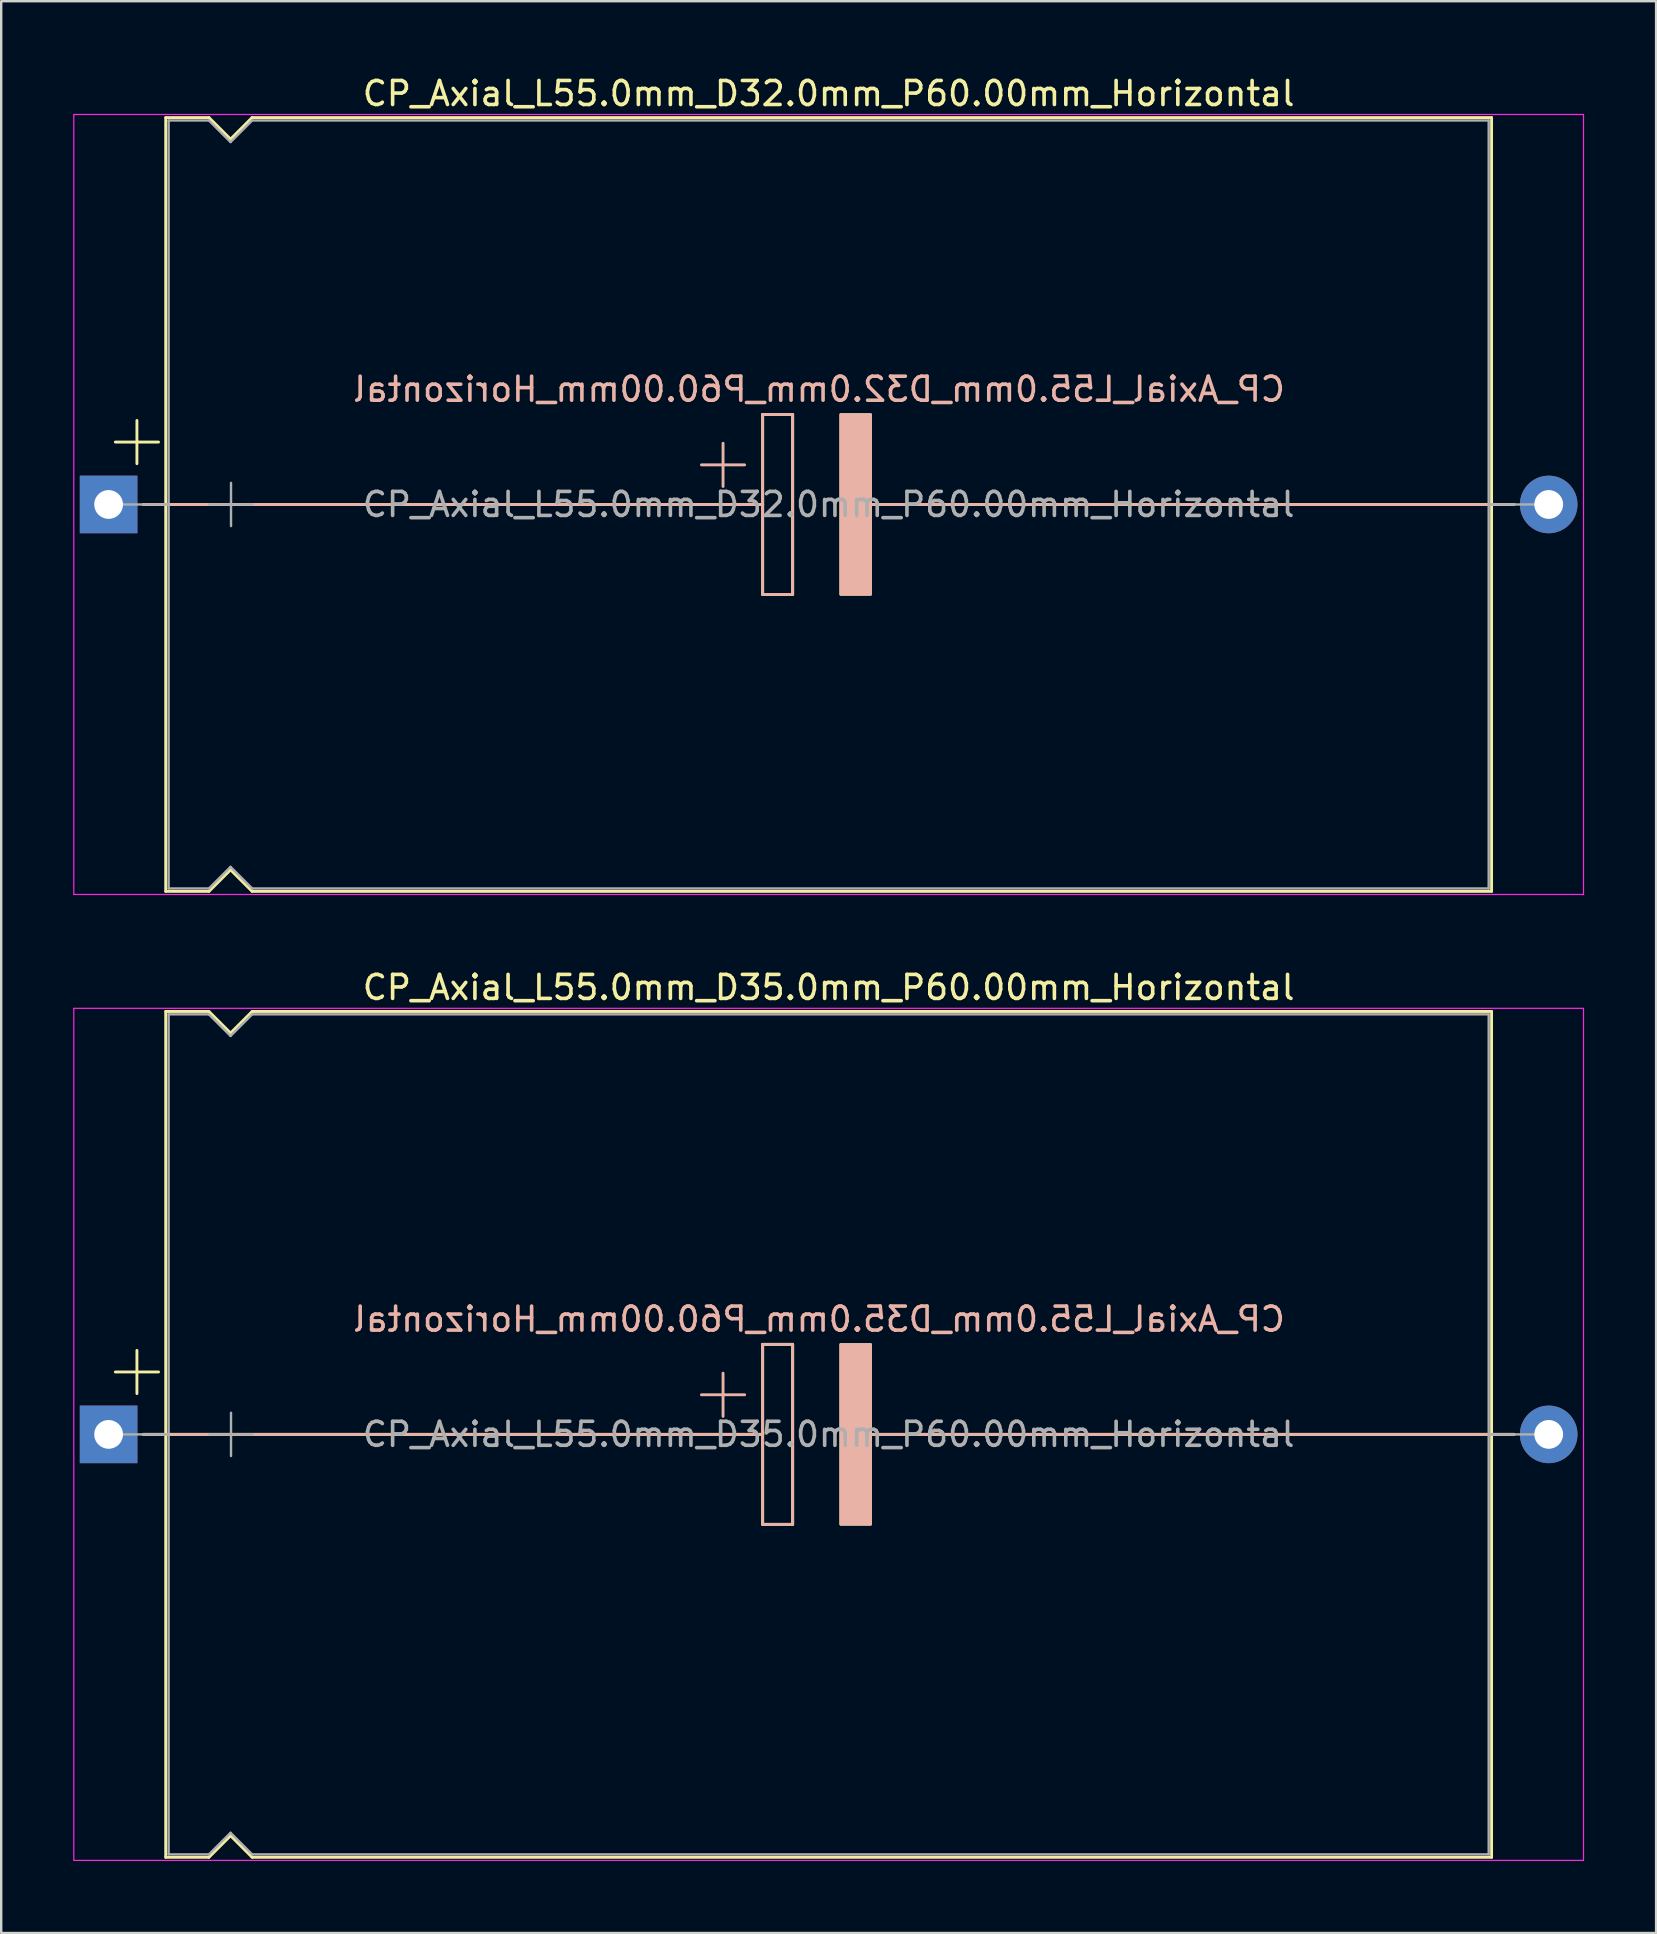
<source format=kicad_pcb>
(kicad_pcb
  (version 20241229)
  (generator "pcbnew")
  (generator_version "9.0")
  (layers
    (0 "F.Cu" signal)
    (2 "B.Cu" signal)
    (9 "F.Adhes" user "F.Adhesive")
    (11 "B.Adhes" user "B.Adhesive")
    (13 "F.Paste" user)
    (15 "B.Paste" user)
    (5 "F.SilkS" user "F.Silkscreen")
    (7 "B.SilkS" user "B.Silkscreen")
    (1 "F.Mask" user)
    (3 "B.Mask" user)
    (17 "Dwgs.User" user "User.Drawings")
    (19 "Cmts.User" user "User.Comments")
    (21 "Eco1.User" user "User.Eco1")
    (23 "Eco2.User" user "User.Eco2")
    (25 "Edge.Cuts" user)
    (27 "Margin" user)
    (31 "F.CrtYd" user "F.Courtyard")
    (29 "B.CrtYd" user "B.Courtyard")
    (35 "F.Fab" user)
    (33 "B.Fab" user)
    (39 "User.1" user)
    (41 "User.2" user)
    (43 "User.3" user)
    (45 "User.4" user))
  (footprint "CP_Axial_L55.0mm_D32.0mm_P60.00mm_Horizontal"
    (layer "F.Cu")
    (at 1.475 17.968)
    (property "Reference" "CP_Axial_L55.0mm_D32.0mm_P60.00mm_Horizontal" (at 30 -17.12 0) (layer "F.SilkS") (effects (font (size 1 1) (thickness 0.15))))
    (fp_line (start 0.28 -2.6) (end 2.08 -2.6) (stroke (width 0.12) (type solid)) (layer "F.SilkS"))
    (fp_line (start 1.18 -3.5) (end 1.18 -1.7) (stroke (width 0.12) (type solid)) (layer "F.SilkS"))
    (fp_line (start 1.44 0) (end 2.38 0) (stroke (width 0.12) (type solid)) (layer "F.SilkS"))
    (fp_line (start 2.38 -16.12) (end 2.38 16.12) (stroke (width 0.12) (type solid)) (layer "F.SilkS"))
    (fp_line (start 2.38 -16.12) (end 4.18 -16.12) (stroke (width 0.12) (type solid)) (layer "F.SilkS"))
    (fp_line (start 2.38 0) (end 27.25 0) (stroke (width 0.12) (type solid)) (layer "F.SilkS"))
    (fp_line (start 2.38 16.12) (end 4.18 16.12) (stroke (width 0.12) (type solid)) (layer "F.SilkS"))
    (fp_line (start 4.18 -16.12) (end 5.08 -15.22) (stroke (width 0.12) (type solid)) (layer "F.SilkS"))
    (fp_line (start 4.18 16.12) (end 5.08 15.22) (stroke (width 0.12) (type solid)) (layer "F.SilkS"))
    (fp_line (start 5.08 -15.22) (end 5.98 -16.12) (stroke (width 0.12) (type solid)) (layer "F.SilkS"))
    (fp_line (start 5.08 15.22) (end 5.98 16.12) (stroke (width 0.12) (type solid)) (layer "F.SilkS"))
    (fp_line (start 5.98 -16.12) (end 57.62 -16.12) (stroke (width 0.12) (type solid)) (layer "F.SilkS"))
    (fp_line (start 5.98 16.12) (end 57.62 16.12) (stroke (width 0.12) (type solid)) (layer "F.SilkS"))
    (fp_line (start 27.25 -3.75) (end 28.5 -3.75) (stroke (width 0.12) (type solid)) (layer "F.SilkS"))
    (fp_line (start 27.25 0) (end 27.25 -3.75) (stroke (width 0.12) (type solid)) (layer "F.SilkS"))
    (fp_line (start 27.25 3.75) (end 27.25 0) (stroke (width 0.12) (type solid)) (layer "F.SilkS"))
    (fp_line (start 28.5 -3.75) (end 28.5 3.75) (stroke (width 0.12) (type solid)) (layer "F.SilkS"))
    (fp_line (start 28.5 3.75) (end 27.25 3.75) (stroke (width 0.12) (type solid)) (layer "F.SilkS"))
    (fp_line (start 31.75 0) (end 57.62 0) (stroke (width 0.12) (type solid)) (layer "F.SilkS"))
    (fp_line (start 57.62 -16.12) (end 57.62 16.12) (stroke (width 0.12) (type solid)) (layer "F.SilkS"))
    (fp_line (start 58.56 0) (end 57.62 0) (stroke (width 0.12) (type solid)) (layer "F.SilkS"))
    (fp_poly (pts (xy 31.75 3.75) (xy 30.5 3.75) (xy 30.5 -3.75) (xy 31.75 -3.75)) (stroke (width 0.1) (type solid)) (fill yes) (layer "F.SilkS"))
    (fp_line (start 1.45 0) (end 20.38 0) (stroke (width 0.12) (type solid)) (layer "B.SilkS"))
    (fp_line (start 20.38 0) (end 27.25 0) (stroke (width 0.12) (type solid)) (layer "B.SilkS"))
    (fp_line (start 25.6 -2.55) (end 25.6 -0.75) (stroke (width 0.12) (type solid)) (layer "B.SilkS"))
    (fp_line (start 26.5 -1.65) (end 24.7 -1.65) (stroke (width 0.12) (type solid)) (layer "B.SilkS"))
    (fp_line (start 27.25 -3.75) (end 28.5 -3.75) (stroke (width 0.12) (type solid)) (layer "B.SilkS"))
    (fp_line (start 27.25 0) (end 27.25 -3.75) (stroke (width 0.12) (type solid)) (layer "B.SilkS"))
    (fp_line (start 27.25 3.75) (end 27.25 0) (stroke (width 0.12) (type solid)) (layer "B.SilkS"))
    (fp_line (start 28.5 -3.75) (end 28.5 3.75) (stroke (width 0.12) (type solid)) (layer "B.SilkS"))
    (fp_line (start 28.5 3.75) (end 27.25 3.75) (stroke (width 0.12) (type solid)) (layer "B.SilkS"))
    (fp_line (start 31.75 0) (end 38.62 0) (stroke (width 0.12) (type solid)) (layer "B.SilkS"))
    (fp_line (start 58.55 0) (end 38.62 0) (stroke (width 0.12) (type solid)) (layer "B.SilkS"))
    (fp_poly (pts (xy 31.75 3.75) (xy 30.5 3.75) (xy 30.5 -3.75) (xy 31.75 -3.75)) (stroke (width 0.1) (type solid)) (fill yes) (layer "B.SilkS"))
    (fp_line (start -1.45 -16.25) (end -1.45 16.25) (stroke (width 0.05) (type solid)) (layer "F.CrtYd"))
    (fp_line (start -1.45 16.25) (end 61.45 16.25) (stroke (width 0.05) (type solid)) (layer "F.CrtYd"))
    (fp_line (start 61.45 -16.25) (end -1.45 -16.25) (stroke (width 0.05) (type solid)) (layer "F.CrtYd"))
    (fp_line (start 61.45 16.25) (end 61.45 -16.25) (stroke (width 0.05) (type solid)) (layer "F.CrtYd"))
    (fp_line (start 0 0) (end 2.5 0) (stroke (width 0.1) (type solid)) (layer "F.Fab"))
    (fp_line (start 2.5 -16) (end 2.5 16) (stroke (width 0.1) (type solid)) (layer "F.Fab"))
    (fp_line (start 2.5 -16) (end 4.18 -16) (stroke (width 0.1) (type solid)) (layer "F.Fab"))
    (fp_line (start 2.5 16) (end 4.18 16) (stroke (width 0.1) (type solid)) (layer "F.Fab"))
    (fp_line (start 4.18 -16) (end 5.08 -15.1) (stroke (width 0.1) (type solid)) (layer "F.Fab"))
    (fp_line (start 4.18 16) (end 5.08 15.1) (stroke (width 0.1) (type solid)) (layer "F.Fab"))
    (fp_line (start 4.2 0) (end 6 0) (stroke (width 0.1) (type solid)) (layer "F.Fab"))
    (fp_line (start 5.08 -15.1) (end 5.98 -16) (stroke (width 0.1) (type solid)) (layer "F.Fab"))
    (fp_line (start 5.08 15.1) (end 5.98 16) (stroke (width 0.1) (type solid)) (layer "F.Fab"))
    (fp_line (start 5.1 -0.9) (end 5.1 0.9) (stroke (width 0.1) (type solid)) (layer "F.Fab"))
    (fp_line (start 5.98 -16) (end 57.5 -16) (stroke (width 0.1) (type solid)) (layer "F.Fab"))
    (fp_line (start 5.98 16) (end 57.5 16) (stroke (width 0.1) (type solid)) (layer "F.Fab"))
    (fp_line (start 57.5 -16) (end 57.5 16) (stroke (width 0.1) (type solid)) (layer "F.Fab"))
    (fp_line (start 60 0) (end 57.5 0) (stroke (width 0.1) (type solid)) (layer "F.Fab"))
    (fp_text user "${REFERENCE}" (at 29.6 -4.8 0) (layer "B.SilkS") (effects (font (size 1 1) (thickness 0.15)) (justify mirror)))
    (fp_text user "${REFERENCE}" (at 30 0 0) (layer "F.Fab") (effects (font (size 1 1) (thickness 0.15))))
    (pad "1" thru_hole rect (at 0 0) (size 2.4 2.4) (drill 1.2) (layers "*.Cu" "*.Mask"))
    (pad "2" thru_hole oval (at 60 0) (size 2.4 2.4) (drill 1.2) (layers "*.Cu" "*.Mask")))
  (footprint "CP_Axial_L55.0mm_D35.0mm_P60.00mm_Horizontal"
    (layer "F.Cu")
    (at 1.475 56.712)
    (property "Reference" "CP_Axial_L55.0mm_D35.0mm_P60.00mm_Horizontal" (at 30 -18.62 0) (layer "F.SilkS") (effects (font (size 1 1) (thickness 0.15))))
    (fp_line (start 0.28 -2.6) (end 2.08 -2.6) (stroke (width 0.12) (type solid)) (layer "F.SilkS"))
    (fp_line (start 1.18 -3.5) (end 1.18 -1.7) (stroke (width 0.12) (type solid)) (layer "F.SilkS"))
    (fp_line (start 1.44 0) (end 2.38 0) (stroke (width 0.12) (type solid)) (layer "F.SilkS"))
    (fp_line (start 2.38 -17.62) (end 2.38 17.62) (stroke (width 0.12) (type solid)) (layer "F.SilkS"))
    (fp_line (start 2.38 -17.62) (end 4.18 -17.62) (stroke (width 0.12) (type solid)) (layer "F.SilkS"))
    (fp_line (start 2.38 0) (end 27.25 0) (stroke (width 0.12) (type solid)) (layer "F.SilkS"))
    (fp_line (start 2.38 17.62) (end 4.18 17.62) (stroke (width 0.12) (type solid)) (layer "F.SilkS"))
    (fp_line (start 4.18 -17.62) (end 5.08 -16.72) (stroke (width 0.12) (type solid)) (layer "F.SilkS"))
    (fp_line (start 4.18 17.62) (end 5.08 16.72) (stroke (width 0.12) (type solid)) (layer "F.SilkS"))
    (fp_line (start 5.08 -16.72) (end 5.98 -17.62) (stroke (width 0.12) (type solid)) (layer "F.SilkS"))
    (fp_line (start 5.08 16.72) (end 5.98 17.62) (stroke (width 0.12) (type solid)) (layer "F.SilkS"))
    (fp_line (start 5.98 -17.62) (end 57.62 -17.62) (stroke (width 0.12) (type solid)) (layer "F.SilkS"))
    (fp_line (start 5.98 17.62) (end 57.62 17.62) (stroke (width 0.12) (type solid)) (layer "F.SilkS"))
    (fp_line (start 27.25 -3.75) (end 28.5 -3.75) (stroke (width 0.12) (type solid)) (layer "F.SilkS"))
    (fp_line (start 27.25 0) (end 27.25 -3.75) (stroke (width 0.12) (type solid)) (layer "F.SilkS"))
    (fp_line (start 27.25 3.75) (end 27.25 0) (stroke (width 0.12) (type solid)) (layer "F.SilkS"))
    (fp_line (start 28.5 -3.75) (end 28.5 3.75) (stroke (width 0.12) (type solid)) (layer "F.SilkS"))
    (fp_line (start 28.5 3.75) (end 27.25 3.75) (stroke (width 0.12) (type solid)) (layer "F.SilkS"))
    (fp_line (start 31.75 0) (end 57.62 0) (stroke (width 0.12) (type solid)) (layer "F.SilkS"))
    (fp_line (start 57.62 -17.62) (end 57.62 17.62) (stroke (width 0.12) (type solid)) (layer "F.SilkS"))
    (fp_line (start 58.56 0) (end 57.62 0) (stroke (width 0.12) (type solid)) (layer "F.SilkS"))
    (fp_poly (pts (xy 31.75 3.75) (xy 30.5 3.75) (xy 30.5 -3.75) (xy 31.75 -3.75)) (stroke (width 0.1) (type solid)) (fill yes) (layer "F.SilkS"))
    (fp_line (start 1.45 0) (end 20.38 0) (stroke (width 0.12) (type solid)) (layer "B.SilkS"))
    (fp_line (start 20.38 0) (end 27.25 0) (stroke (width 0.12) (type solid)) (layer "B.SilkS"))
    (fp_line (start 25.6 -2.55) (end 25.6 -0.75) (stroke (width 0.12) (type solid)) (layer "B.SilkS"))
    (fp_line (start 26.5 -1.65) (end 24.7 -1.65) (stroke (width 0.12) (type solid)) (layer "B.SilkS"))
    (fp_line (start 27.25 -3.75) (end 28.5 -3.75) (stroke (width 0.12) (type solid)) (layer "B.SilkS"))
    (fp_line (start 27.25 0) (end 27.25 -3.75) (stroke (width 0.12) (type solid)) (layer "B.SilkS"))
    (fp_line (start 27.25 3.75) (end 27.25 0) (stroke (width 0.12) (type solid)) (layer "B.SilkS"))
    (fp_line (start 28.5 -3.75) (end 28.5 3.75) (stroke (width 0.12) (type solid)) (layer "B.SilkS"))
    (fp_line (start 28.5 3.75) (end 27.25 3.75) (stroke (width 0.12) (type solid)) (layer "B.SilkS"))
    (fp_line (start 31.75 0) (end 38.62 0) (stroke (width 0.12) (type solid)) (layer "B.SilkS"))
    (fp_line (start 58.55 0) (end 38.62 0) (stroke (width 0.12) (type solid)) (layer "B.SilkS"))
    (fp_poly (pts (xy 31.75 3.75) (xy 30.5 3.75) (xy 30.5 -3.75) (xy 31.75 -3.75)) (stroke (width 0.1) (type solid)) (fill yes) (layer "B.SilkS"))
    (fp_line (start -1.45 -17.75) (end -1.45 17.75) (stroke (width 0.05) (type solid)) (layer "F.CrtYd"))
    (fp_line (start -1.45 17.75) (end 61.45 17.75) (stroke (width 0.05) (type solid)) (layer "F.CrtYd"))
    (fp_line (start 61.45 -17.75) (end -1.45 -17.75) (stroke (width 0.05) (type solid)) (layer "F.CrtYd"))
    (fp_line (start 61.45 17.75) (end 61.45 -17.75) (stroke (width 0.05) (type solid)) (layer "F.CrtYd"))
    (fp_line (start 0 0) (end 2.5 0) (stroke (width 0.1) (type solid)) (layer "F.Fab"))
    (fp_line (start 2.5 -17.5) (end 2.5 17.5) (stroke (width 0.1) (type solid)) (layer "F.Fab"))
    (fp_line (start 2.5 -17.5) (end 4.18 -17.5) (stroke (width 0.1) (type solid)) (layer "F.Fab"))
    (fp_line (start 2.5 17.5) (end 4.18 17.5) (stroke (width 0.1) (type solid)) (layer "F.Fab"))
    (fp_line (start 4.18 -17.5) (end 5.08 -16.6) (stroke (width 0.1) (type solid)) (layer "F.Fab"))
    (fp_line (start 4.18 17.5) (end 5.08 16.6) (stroke (width 0.1) (type solid)) (layer "F.Fab"))
    (fp_line (start 4.2 0) (end 6 0) (stroke (width 0.1) (type solid)) (layer "F.Fab"))
    (fp_line (start 5.08 -16.6) (end 5.98 -17.5) (stroke (width 0.1) (type solid)) (layer "F.Fab"))
    (fp_line (start 5.08 16.6) (end 5.98 17.5) (stroke (width 0.1) (type solid)) (layer "F.Fab"))
    (fp_line (start 5.1 -0.9) (end 5.1 0.9) (stroke (width 0.1) (type solid)) (layer "F.Fab"))
    (fp_line (start 5.98 -17.5) (end 57.5 -17.5) (stroke (width 0.1) (type solid)) (layer "F.Fab"))
    (fp_line (start 5.98 17.5) (end 57.5 17.5) (stroke (width 0.1) (type solid)) (layer "F.Fab"))
    (fp_line (start 57.5 -17.5) (end 57.5 17.5) (stroke (width 0.1) (type solid)) (layer "F.Fab"))
    (fp_line (start 60 0) (end 57.5 0) (stroke (width 0.1) (type solid)) (layer "F.Fab"))
    (fp_text user "${REFERENCE}" (at 29.6 -4.8 0) (layer "B.SilkS") (effects (font (size 1 1) (thickness 0.15)) (justify mirror)))
    (fp_text user "${REFERENCE}" (at 30 0 0) (layer "F.Fab") (effects (font (size 1 1) (thickness 0.15))))
    (pad "1" thru_hole rect (at 0 0) (size 2.4 2.4) (drill 1.2) (layers "*.Cu" "*.Mask"))
    (pad "2" thru_hole oval (at 60 0) (size 2.4 2.4) (drill 1.2) (layers "*.Cu" "*.Mask")))
  (gr_rect
    (start -3 -3)
    (end 65.95 77.487)
    (stroke (width 0.1) (type default))
    (fill no)
    (layer "Edge.Cuts")))
</source>
